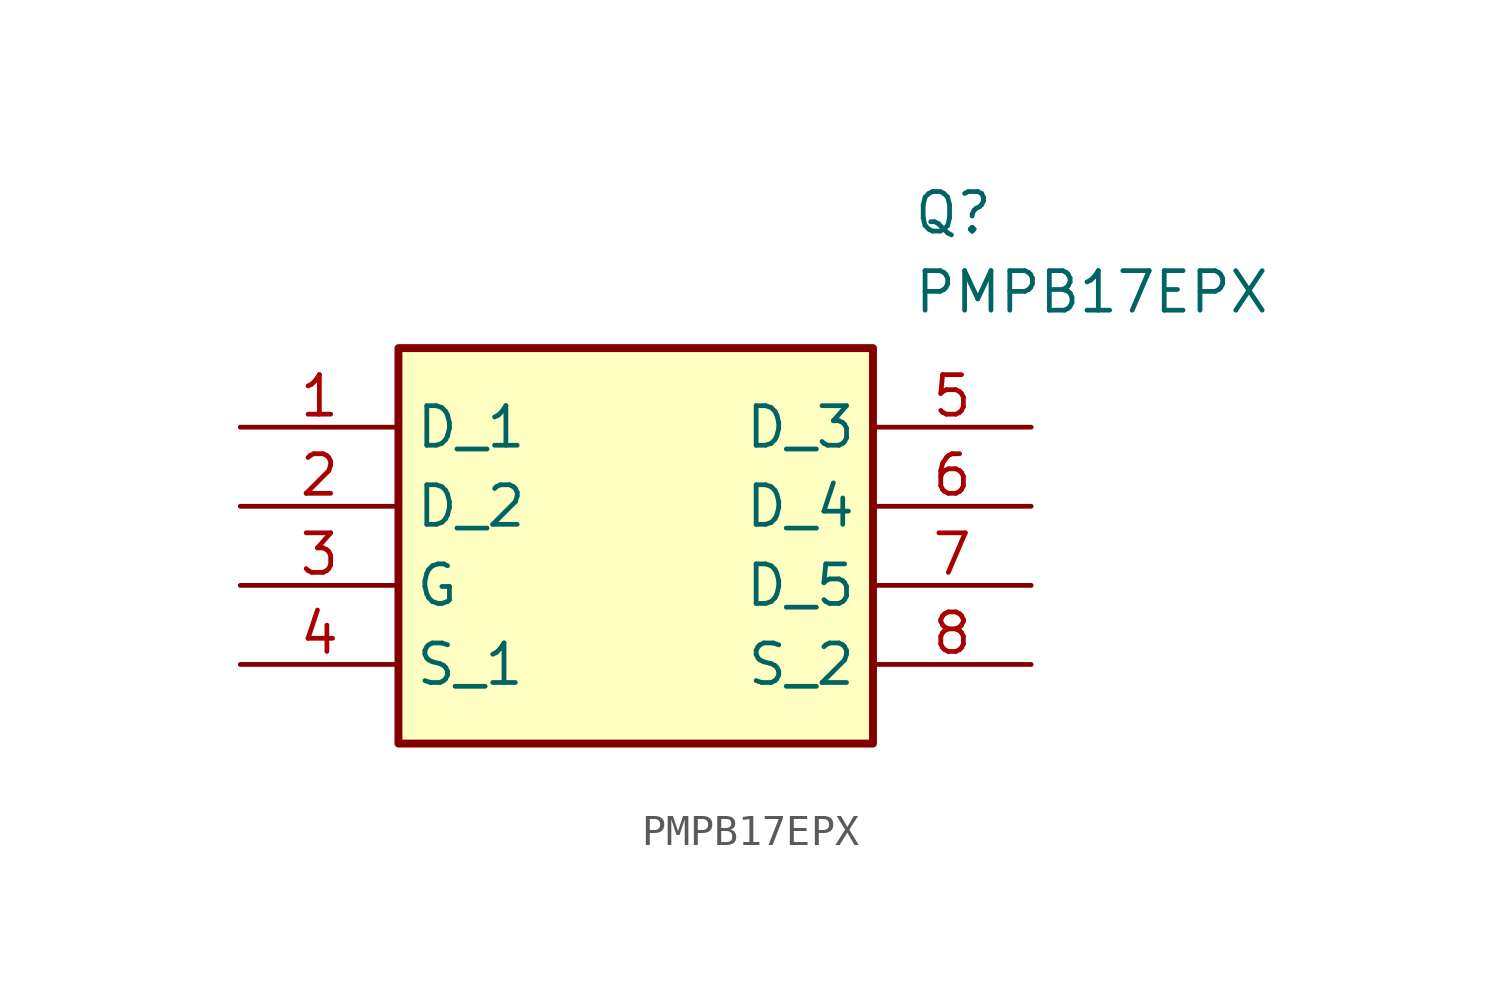
<source format=kicad_sym>
(kicad_symbol_lib
  (version 20211014)
  (generator SamacSys_ECAD_Model)
  (symbol "PMPB17EPX"
    (property "Reference" "Q"
      (at 21.59 7.62 0)
      (effects (font (size 1.27 1.27)) (justify left top)))
    (property "Value" "PMPB17EPX"
      (at 21.59 5.08 0)
      (effects (font (size 1.27 1.27)) (justify left top)))
    (rectangle
      (start 5.08 2.54)
      (end 20.32 -10.16)
      (stroke (width 0.254) (type default))
      (fill (type background)))
    (pin passive line
      (at 0 0 0)
      (length 5.08)
      (name "D_1" (effects (font (size 1.27 1.27))))
      (number "1" (effects (font (size 1.27 1.27)))))
    (pin passive line
      (at 0 -2.54 0)
      (length 5.08)
      (name "D_2" (effects (font (size 1.27 1.27))))
      (number "2" (effects (font (size 1.27 1.27)))))
    (pin passive line
      (at 0 -5.08 0)
      (length 5.08)
      (name "G" (effects (font (size 1.27 1.27))))
      (number "3" (effects (font (size 1.27 1.27)))))
    (pin passive line
      (at 0 -7.62 0)
      (length 5.08)
      (name "S_1" (effects (font (size 1.27 1.27))))
      (number "4" (effects (font (size 1.27 1.27)))))
    (pin passive line
      (at 25.4 0 180)
      (length 5.08)
      (name "D_3" (effects (font (size 1.27 1.27))))
      (number "5" (effects (font (size 1.27 1.27)))))
    (pin passive line
      (at 25.4 -2.54 180)
      (length 5.08)
      (name "D_4" (effects (font (size 1.27 1.27))))
      (number "6" (effects (font (size 1.27 1.27)))))
    (pin passive line
      (at 25.4 -5.08 180)
      (length 5.08)
      (name "D_5" (effects (font (size 1.27 1.27))))
      (number "7" (effects (font (size 1.27 1.27)))))
    (pin passive line
      (at 25.4 -7.62 180)
      (length 5.08)
      (name "S_2" (effects (font (size 1.27 1.27))))
      (number "8" (effects (font (size 1.27 1.27)))))))
</source>
